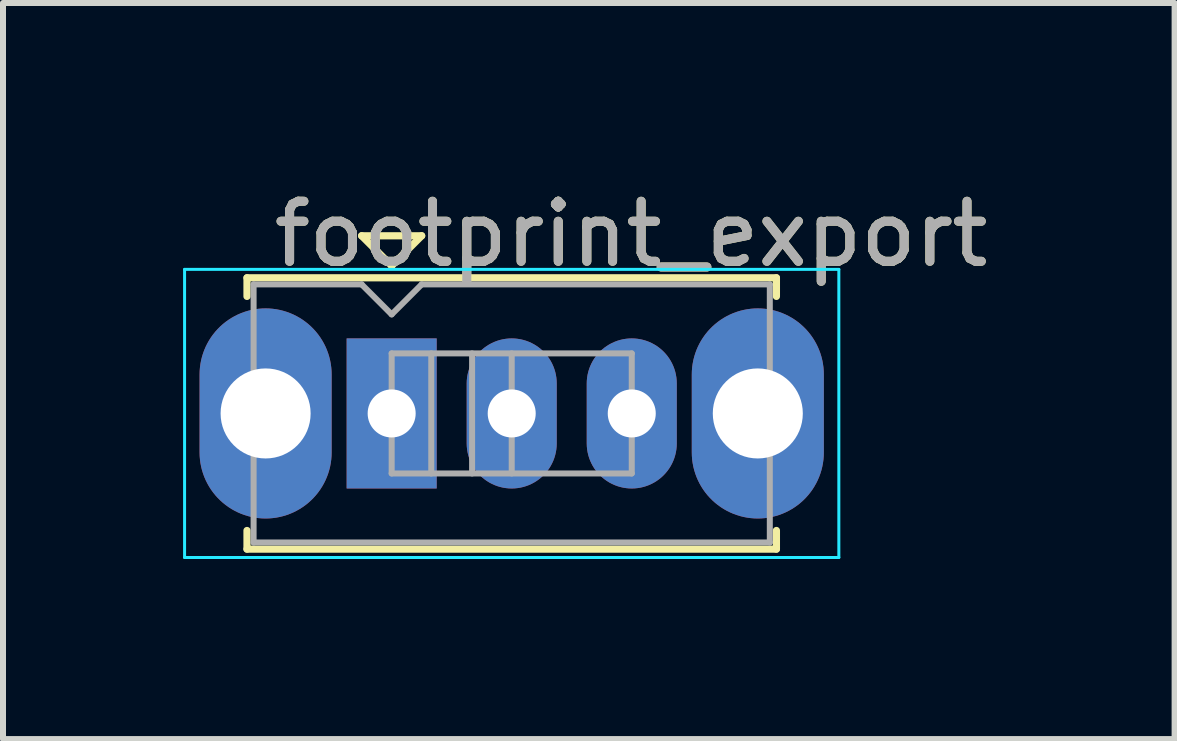
<source format=kicad_pcb>
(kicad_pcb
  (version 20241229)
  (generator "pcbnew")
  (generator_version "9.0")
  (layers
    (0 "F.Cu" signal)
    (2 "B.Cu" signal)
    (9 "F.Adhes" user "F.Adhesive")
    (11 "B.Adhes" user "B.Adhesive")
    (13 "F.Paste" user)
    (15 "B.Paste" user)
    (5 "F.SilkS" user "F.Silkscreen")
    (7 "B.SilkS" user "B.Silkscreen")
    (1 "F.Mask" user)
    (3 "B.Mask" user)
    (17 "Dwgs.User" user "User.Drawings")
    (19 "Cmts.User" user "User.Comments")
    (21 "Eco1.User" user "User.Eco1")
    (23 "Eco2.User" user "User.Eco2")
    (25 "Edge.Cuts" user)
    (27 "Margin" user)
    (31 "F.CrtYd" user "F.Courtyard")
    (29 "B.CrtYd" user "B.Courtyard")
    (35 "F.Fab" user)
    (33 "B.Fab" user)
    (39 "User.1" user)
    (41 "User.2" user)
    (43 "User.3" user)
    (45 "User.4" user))
  (footprint "footprint_export"
    (layer "F.Cu")
    (at 3.475 3.838)
    (property "Reference" "footprint_export" (at 3.99 -2.99 0) (layer "F.SilkS") (effects (font (size 1 1) (thickness 0.15))))
    (attr through_hole)
    (fp_line (start -2.41 -2.26) (end 6.41 -2.26) (stroke (width 0.12) (type solid)) (layer "F.SilkS"))
    (fp_line (start -2.41 -1.95) (end -2.41 -2.26) (stroke (width 0.12) (type solid)) (layer "F.SilkS"))
    (fp_line (start -2.41 2.26) (end -2.41 1.95) (stroke (width 0.12) (type solid)) (layer "F.SilkS"))
    (fp_line (start -0.5 -2.96) (end 0 -2.46) (stroke (width 0.12) (type solid)) (layer "F.SilkS"))
    (fp_line (start 0 -2.46) (end 0.5 -2.96) (stroke (width 0.12) (type solid)) (layer "F.SilkS"))
    (fp_line (start 0.5 -2.96) (end -0.5 -2.96) (stroke (width 0.12) (type solid)) (layer "F.SilkS"))
    (fp_line (start 6.41 -2.26) (end 6.41 -1.95) (stroke (width 0.12) (type solid)) (layer "F.SilkS"))
    (fp_line (start 6.41 2.26) (end -2.41 2.26) (stroke (width 0.12) (type solid)) (layer "F.SilkS"))
    (fp_line (start 6.41 2.26) (end 6.41 1.95) (stroke (width 0.12) (type solid)) (layer "F.SilkS"))
    (fp_line (start -3.45 -2.4) (end 7.45 -2.4) (stroke (width 0.05) (type solid)) (layer "B.CrtYd"))
    (fp_line (start -3.45 2.4) (end -3.45 -2.4) (stroke (width 0.05) (type solid)) (layer "B.CrtYd"))
    (fp_line (start 7.45 -2.4) (end 7.45 2.4) (stroke (width 0.05) (type solid)) (layer "B.CrtYd"))
    (fp_line (start 7.45 2.4) (end -3.45 2.4) (stroke (width 0.05) (type solid)) (layer "B.CrtYd"))
    (fp_line (start -2.3 -2.15) (end -0.5 -2.15) (stroke (width 0.1) (type solid)) (layer "F.Fab"))
    (fp_line (start -2.3 2.15) (end -2.3 -2.15) (stroke (width 0.1) (type solid)) (layer "F.Fab"))
    (fp_line (start -0.5 -2.15) (end 0 -1.65) (stroke (width 0.1) (type solid)) (layer "F.Fab"))
    (fp_line (start 0 -1.65) (end 0.5 -2.15) (stroke (width 0.1) (type solid)) (layer "F.Fab"))
    (fp_line (start 0 -1) (end 0 1) (stroke (width 0.1) (type solid)) (layer "F.Fab"))
    (fp_line (start 0 -1) (end 4 -1) (stroke (width 0.1) (type solid)) (layer "F.Fab"))
    (fp_line (start 0 1) (end 4 1) (stroke (width 0.1) (type solid)) (layer "F.Fab"))
    (fp_line (start 0.5 -2.15) (end 6.3 -2.15) (stroke (width 0.1) (type solid)) (layer "F.Fab"))
    (fp_line (start 0.66 -1) (end 0.66 1) (stroke (width 0.1) (type solid)) (layer "F.Fab"))
    (fp_line (start 1.34 -1) (end 1.34 1) (stroke (width 0.1) (type solid)) (layer "F.Fab"))
    (fp_line (start 2 -1) (end 2 1) (stroke (width 0.1) (type solid)) (layer "F.Fab"))
    (fp_line (start 4 -1) (end 4 1) (stroke (width 0.1) (type solid)) (layer "F.Fab"))
    (fp_line (start 6.3 -2.15) (end 6.3 2.15) (stroke (width 0.1) (type solid)) (layer "F.Fab"))
    (fp_line (start 6.3 2.15) (end -2.3 2.15) (stroke (width 0.1) (type solid)) (layer "F.Fab"))
    (fp_text user "${REFERENCE}" (at 3.99 -2.99 0) (layer "F.Fab") (effects (font (size 1 1) (thickness 0.15))))
    (pad "" thru_hole oval (at -2.1 0) (size 2.2 3.5) (drill 1.5) (layers "*.Cu" "*.Mask"))
    (pad "" thru_hole oval (at 6.1 0) (size 2.2 3.5) (drill 1.5) (layers "*.Cu" "*.Mask"))
    (pad "1" thru_hole rect (at 0 0) (size 1.5 2.5) (drill 0.8) (layers "*.Cu" "*.Mask"))
    (pad "2" thru_hole oval (at 2 0) (size 1.5 2.5) (drill 0.8) (layers "*.Cu" "*.Mask"))
    (pad "3" thru_hole oval (at 4 0) (size 1.5 2.5) (drill 0.8) (layers "*.Cu" "*.Mask")))
  (gr_rect
    (start -3 -3)
    (end 16.519 9.263)
    (stroke (width 0.1) (type default))
    (fill no)
    (layer "Edge.Cuts")))
</source>
